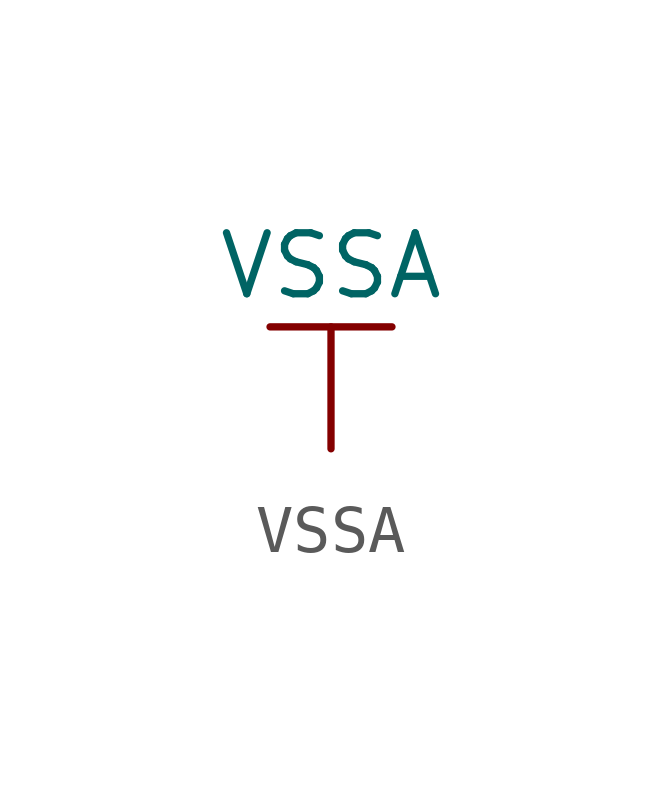
<source format=kicad_sym>
(kicad_symbol_lib
  (version 20220914)
  (generator kicad_symbol_editor)
  (symbol "VSSA"
    (power)
    (pin_names
      (offset 0))
    (property "Reference" "#PWR"
      (at 0 -3.81 0)
      (effects (font (size 1.27 1.27)) hide))
    (property "Value" "VSSA"
      (at 0 3.81 0)
      (effects (font (size 1.27 1.27))))
    (symbol "VSSA_1_1"
      (polyline (pts (xy -1.27 2.54) (xy 1.27 2.54)) (stroke (width 0) (type solid)) (fill (type none)))
      (polyline (pts (xy 0 0) (xy 0 2.54)) (stroke (width 0) (type solid)) (fill (type none)))
      (pin power_in line (at 0 0 90) (length 0) hide (name "VSSA" (effects (font (size 1.27 1.27)))) (number "1" (effects (font (size 1.27 1.27))))))))
</source>
